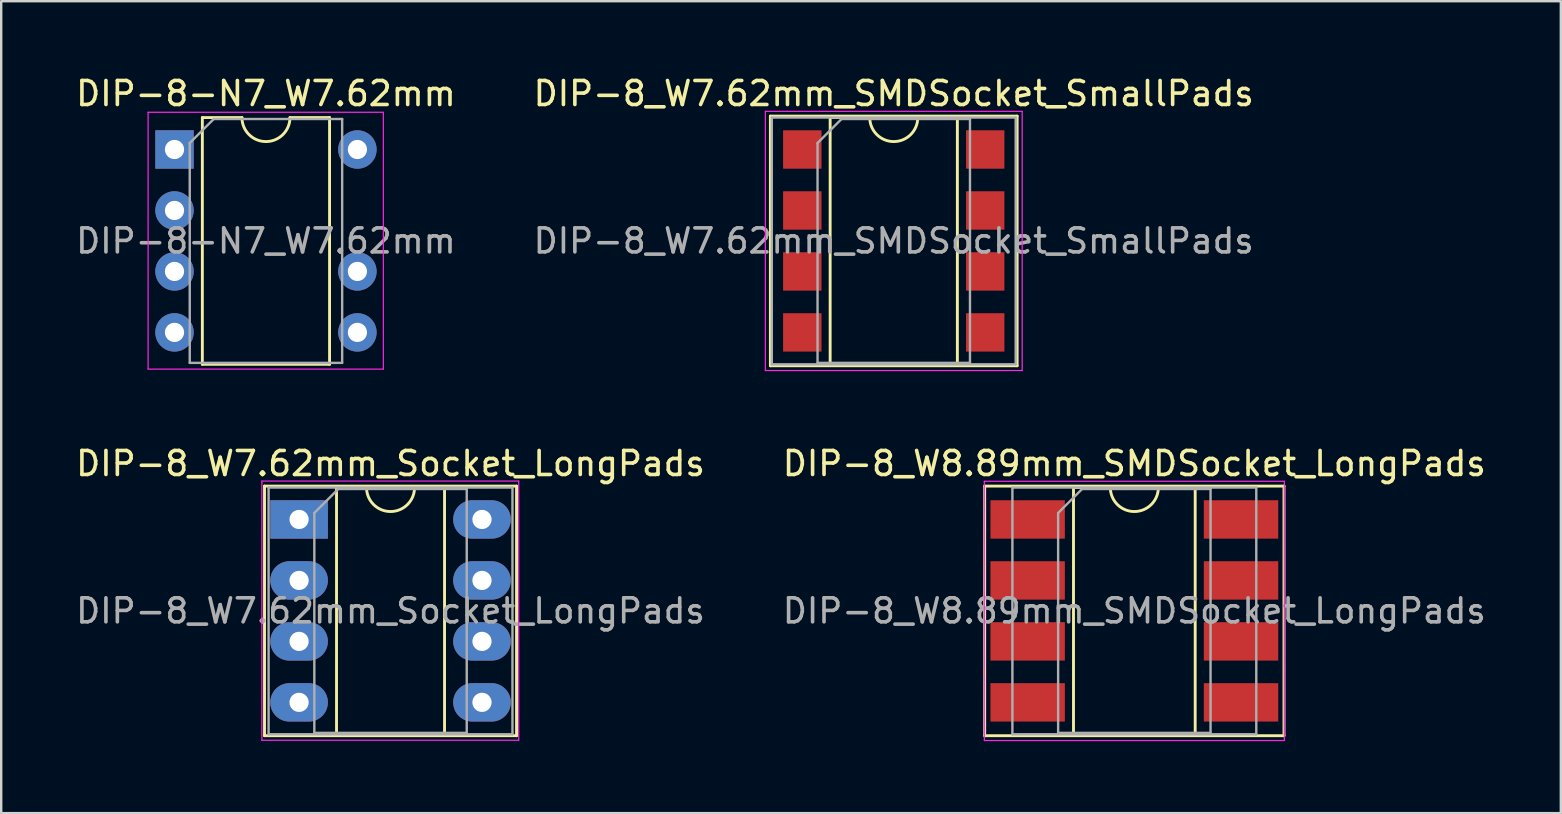
<source format=kicad_pcb>
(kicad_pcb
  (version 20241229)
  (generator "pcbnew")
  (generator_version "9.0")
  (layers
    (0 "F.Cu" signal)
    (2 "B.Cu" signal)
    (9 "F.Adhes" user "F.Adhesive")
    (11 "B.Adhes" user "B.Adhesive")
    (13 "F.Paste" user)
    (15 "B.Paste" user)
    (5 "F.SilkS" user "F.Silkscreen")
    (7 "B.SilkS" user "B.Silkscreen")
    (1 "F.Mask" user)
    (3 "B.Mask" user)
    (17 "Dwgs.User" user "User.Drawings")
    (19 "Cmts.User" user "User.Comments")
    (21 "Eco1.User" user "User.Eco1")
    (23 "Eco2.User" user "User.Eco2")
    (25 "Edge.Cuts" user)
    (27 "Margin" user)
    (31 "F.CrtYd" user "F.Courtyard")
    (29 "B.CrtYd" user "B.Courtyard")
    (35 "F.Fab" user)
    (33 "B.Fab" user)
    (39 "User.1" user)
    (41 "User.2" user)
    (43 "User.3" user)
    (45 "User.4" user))
  (footprint "DIP-8_W7.62mm_SMDSocket_SmallPads"
    (layer "F.Cu")
    (at 34.185 6.988)
    (property "Reference" "DIP-8_W7.62mm_SMDSocket_SmallPads" (at 0 -6.14 0) (layer "F.SilkS") (effects (font (size 1 1) (thickness 0.15))))
    (attr smd)
    (fp_line (start -5.14 -5.2) (end -5.14 5.2) (stroke (width 0.12) (type solid)) (layer "F.SilkS"))
    (fp_line (start -5.14 5.2) (end 5.14 5.2) (stroke (width 0.12) (type solid)) (layer "F.SilkS"))
    (fp_line (start -2.65 -5.14) (end -2.65 5.14) (stroke (width 0.12) (type solid)) (layer "F.SilkS"))
    (fp_line (start -2.65 5.14) (end 2.65 5.14) (stroke (width 0.12) (type solid)) (layer "F.SilkS"))
    (fp_line (start -1 -5.14) (end -2.65 -5.14) (stroke (width 0.12) (type solid)) (layer "F.SilkS"))
    (fp_line (start 2.65 -5.14) (end 1 -5.14) (stroke (width 0.12) (type solid)) (layer "F.SilkS"))
    (fp_line (start 2.65 5.14) (end 2.65 -5.14) (stroke (width 0.12) (type solid)) (layer "F.SilkS"))
    (fp_line (start 5.14 -5.2) (end -5.14 -5.2) (stroke (width 0.12) (type solid)) (layer "F.SilkS"))
    (fp_line (start 5.14 5.2) (end 5.14 -5.2) (stroke (width 0.12) (type solid)) (layer "F.SilkS"))
    (fp_arc (start 1 -5.14) (mid 0 -4.14) (end -1 -5.14) (stroke (width 0.12) (type solid)) (layer "F.SilkS"))
    (fp_line (start -5.35 -5.4) (end -5.35 5.4) (stroke (width 0.05) (type solid)) (layer "F.CrtYd"))
    (fp_line (start -5.35 5.4) (end 5.35 5.4) (stroke (width 0.05) (type solid)) (layer "F.CrtYd"))
    (fp_line (start 5.35 -5.4) (end -5.35 -5.4) (stroke (width 0.05) (type solid)) (layer "F.CrtYd"))
    (fp_line (start 5.35 5.4) (end 5.35 -5.4) (stroke (width 0.05) (type solid)) (layer "F.CrtYd"))
    (fp_line (start -5.08 -5.14) (end -5.08 5.14) (stroke (width 0.1) (type solid)) (layer "F.Fab"))
    (fp_line (start -5.08 5.14) (end 5.08 5.14) (stroke (width 0.1) (type solid)) (layer "F.Fab"))
    (fp_line (start -3.175 -4.08) (end -2.175 -5.08) (stroke (width 0.1) (type solid)) (layer "F.Fab"))
    (fp_line (start -3.175 5.08) (end -3.175 -4.08) (stroke (width 0.1) (type solid)) (layer "F.Fab"))
    (fp_line (start -2.175 -5.08) (end 3.175 -5.08) (stroke (width 0.1) (type solid)) (layer "F.Fab"))
    (fp_line (start 3.175 -5.08) (end 3.175 5.08) (stroke (width 0.1) (type solid)) (layer "F.Fab"))
    (fp_line (start 3.175 5.08) (end -3.175 5.08) (stroke (width 0.1) (type solid)) (layer "F.Fab"))
    (fp_line (start 5.08 -5.14) (end -5.08 -5.14) (stroke (width 0.1) (type solid)) (layer "F.Fab"))
    (fp_line (start 5.08 5.14) (end 5.08 -5.14) (stroke (width 0.1) (type solid)) (layer "F.Fab"))
    (fp_text user "${REFERENCE}" (at 0 0 0) (layer "F.Fab") (effects (font (size 1 1) (thickness 0.15))))
    (pad "1" smd rect (at -3.81 -3.81) (size 1.6 1.6) (layers "F.Cu" "F.Mask" "F.Paste"))
    (pad "2" smd rect (at -3.81 -1.27) (size 1.6 1.6) (layers "F.Cu" "F.Mask" "F.Paste"))
    (pad "3" smd rect (at -3.81 1.27) (size 1.6 1.6) (layers "F.Cu" "F.Mask" "F.Paste"))
    (pad "4" smd rect (at -3.81 3.81) (size 1.6 1.6) (layers "F.Cu" "F.Mask" "F.Paste"))
    (pad "5" smd rect (at 3.81 3.81) (size 1.6 1.6) (layers "F.Cu" "F.Mask" "F.Paste"))
    (pad "6" smd rect (at 3.81 1.27) (size 1.6 1.6) (layers "F.Cu" "F.Mask" "F.Paste"))
    (pad "7" smd rect (at 3.81 -1.27) (size 1.6 1.6) (layers "F.Cu" "F.Mask" "F.Paste"))
    (pad "8" smd rect (at 3.81 -3.81) (size 1.6 1.6) (layers "F.Cu" "F.Mask" "F.Paste")))
  (footprint "DIP-8_W8.89mm_SMDSocket_LongPads"
    (layer "F.Cu")
    (at 44.208 22.401)
    (property "Reference" "DIP-8_W8.89mm_SMDSocket_LongPads" (at 0 -6.14 0) (layer "F.SilkS") (effects (font (size 1 1) (thickness 0.15))))
    (attr smd)
    (fp_line (start -6.235 -5.2) (end -6.235 5.2) (stroke (width 0.12) (type solid)) (layer "F.SilkS"))
    (fp_line (start -6.235 5.2) (end 6.235 5.2) (stroke (width 0.12) (type solid)) (layer "F.SilkS"))
    (fp_line (start -2.535 -5.14) (end -2.535 5.14) (stroke (width 0.12) (type solid)) (layer "F.SilkS"))
    (fp_line (start -2.535 5.14) (end 2.535 5.14) (stroke (width 0.12) (type solid)) (layer "F.SilkS"))
    (fp_line (start -1 -5.14) (end -2.535 -5.14) (stroke (width 0.12) (type solid)) (layer "F.SilkS"))
    (fp_line (start 2.535 -5.14) (end 1 -5.14) (stroke (width 0.12) (type solid)) (layer "F.SilkS"))
    (fp_line (start 2.535 5.14) (end 2.535 -5.14) (stroke (width 0.12) (type solid)) (layer "F.SilkS"))
    (fp_line (start 6.235 -5.2) (end -6.235 -5.2) (stroke (width 0.12) (type solid)) (layer "F.SilkS"))
    (fp_line (start 6.235 5.2) (end 6.235 -5.2) (stroke (width 0.12) (type solid)) (layer "F.SilkS"))
    (fp_arc (start 1 -5.14) (mid 0 -4.14) (end -1 -5.14) (stroke (width 0.12) (type solid)) (layer "F.SilkS"))
    (fp_line (start -6.25 -5.4) (end -6.25 5.4) (stroke (width 0.05) (type solid)) (layer "F.CrtYd"))
    (fp_line (start -6.25 5.4) (end 6.25 5.4) (stroke (width 0.05) (type solid)) (layer "F.CrtYd"))
    (fp_line (start 6.25 -5.4) (end -6.25 -5.4) (stroke (width 0.05) (type solid)) (layer "F.CrtYd"))
    (fp_line (start 6.25 5.4) (end 6.25 -5.4) (stroke (width 0.05) (type solid)) (layer "F.CrtYd"))
    (fp_line (start -5.08 -5.14) (end -5.08 5.14) (stroke (width 0.1) (type solid)) (layer "F.Fab"))
    (fp_line (start -5.08 5.14) (end 5.08 5.14) (stroke (width 0.1) (type solid)) (layer "F.Fab"))
    (fp_line (start -3.175 -4.08) (end -2.175 -5.08) (stroke (width 0.1) (type solid)) (layer "F.Fab"))
    (fp_line (start -3.175 5.08) (end -3.175 -4.08) (stroke (width 0.1) (type solid)) (layer "F.Fab"))
    (fp_line (start -2.175 -5.08) (end 3.175 -5.08) (stroke (width 0.1) (type solid)) (layer "F.Fab"))
    (fp_line (start 3.175 -5.08) (end 3.175 5.08) (stroke (width 0.1) (type solid)) (layer "F.Fab"))
    (fp_line (start 3.175 5.08) (end -3.175 5.08) (stroke (width 0.1) (type solid)) (layer "F.Fab"))
    (fp_line (start 5.08 -5.14) (end -5.08 -5.14) (stroke (width 0.1) (type solid)) (layer "F.Fab"))
    (fp_line (start 5.08 5.14) (end 5.08 -5.14) (stroke (width 0.1) (type solid)) (layer "F.Fab"))
    (fp_text user "${REFERENCE}" (at 0 0 0) (layer "F.Fab") (effects (font (size 1 1) (thickness 0.15))))
    (pad "1" smd rect (at -4.445 -3.81) (size 3.1 1.6) (layers "F.Cu" "F.Mask" "F.Paste"))
    (pad "2" smd rect (at -4.445 -1.27) (size 3.1 1.6) (layers "F.Cu" "F.Mask" "F.Paste"))
    (pad "3" smd rect (at -4.445 1.27) (size 3.1 1.6) (layers "F.Cu" "F.Mask" "F.Paste"))
    (pad "4" smd rect (at -4.445 3.81) (size 3.1 1.6) (layers "F.Cu" "F.Mask" "F.Paste"))
    (pad "5" smd rect (at 4.445 3.81) (size 3.1 1.6) (layers "F.Cu" "F.Mask" "F.Paste"))
    (pad "6" smd rect (at 4.445 1.27) (size 3.1 1.6) (layers "F.Cu" "F.Mask" "F.Paste"))
    (pad "7" smd rect (at 4.445 -1.27) (size 3.1 1.6) (layers "F.Cu" "F.Mask" "F.Paste"))
    (pad "8" smd rect (at 4.445 -3.81) (size 3.1 1.6) (layers "F.Cu" "F.Mask" "F.Paste")))
  (footprint "DIP-8-N7_W7.62mm"
    (layer "F.Cu")
    (at 4.22 3.178)
    (property "Reference" "DIP-8-N7_W7.62mm" (at 3.81 -2.33 0) (layer "F.SilkS") (effects (font (size 1 1) (thickness 0.15))))
    (attr through_hole)
    (fp_line (start 1.16 -1.33) (end 1.16 8.95) (stroke (width 0.12) (type solid)) (layer "F.SilkS"))
    (fp_line (start 1.16 8.95) (end 6.46 8.95) (stroke (width 0.12) (type solid)) (layer "F.SilkS"))
    (fp_line (start 2.81 -1.33) (end 1.16 -1.33) (stroke (width 0.12) (type solid)) (layer "F.SilkS"))
    (fp_line (start 6.46 -1.33) (end 4.81 -1.33) (stroke (width 0.12) (type solid)) (layer "F.SilkS"))
    (fp_line (start 6.46 8.95) (end 6.46 -1.33) (stroke (width 0.12) (type solid)) (layer "F.SilkS"))
    (fp_arc (start 4.81 -1.33) (mid 3.81 -0.33) (end 2.81 -1.33) (stroke (width 0.12) (type solid)) (layer "F.SilkS"))
    (fp_line (start -1.1 -1.55) (end -1.1 9.15) (stroke (width 0.05) (type solid)) (layer "F.CrtYd"))
    (fp_line (start -1.1 9.15) (end 8.7 9.15) (stroke (width 0.05) (type solid)) (layer "F.CrtYd"))
    (fp_line (start 8.7 -1.55) (end -1.1 -1.55) (stroke (width 0.05) (type solid)) (layer "F.CrtYd"))
    (fp_line (start 8.7 9.15) (end 8.7 -1.55) (stroke (width 0.05) (type solid)) (layer "F.CrtYd"))
    (fp_line (start 0.635 -0.27) (end 1.635 -1.27) (stroke (width 0.1) (type solid)) (layer "F.Fab"))
    (fp_line (start 0.635 8.89) (end 0.635 -0.27) (stroke (width 0.1) (type solid)) (layer "F.Fab"))
    (fp_line (start 1.635 -1.27) (end 6.985 -1.27) (stroke (width 0.1) (type solid)) (layer "F.Fab"))
    (fp_line (start 6.985 -1.27) (end 6.985 8.89) (stroke (width 0.1) (type solid)) (layer "F.Fab"))
    (fp_line (start 6.985 8.89) (end 0.635 8.89) (stroke (width 0.1) (type solid)) (layer "F.Fab"))
    (fp_text user "${REFERENCE}" (at 3.81 3.81 0) (layer "F.Fab") (effects (font (size 1 1) (thickness 0.15))))
    (pad "1" thru_hole rect (at 0 0) (size 1.6 1.6) (drill 0.8) (layers "*.Cu" "*.Mask"))
    (pad "2" thru_hole oval (at 0 2.54) (size 1.6 1.6) (drill 0.8) (layers "*.Cu" "*.Mask"))
    (pad "3" thru_hole oval (at 0 5.08) (size 1.6 1.6) (drill 0.8) (layers "*.Cu" "*.Mask"))
    (pad "4" thru_hole oval (at 0 7.62) (size 1.6 1.6) (drill 0.8) (layers "*.Cu" "*.Mask"))
    (pad "5" thru_hole oval (at 7.62 7.62) (size 1.6 1.6) (drill 0.8) (layers "*.Cu" "*.Mask"))
    (pad "6" thru_hole oval (at 7.62 5.08) (size 1.6 1.6) (drill 0.8) (layers "*.Cu" "*.Mask"))
    (pad "8" thru_hole oval (at 7.62 0) (size 1.6 1.6) (drill 0.8) (layers "*.Cu" "*.Mask")))
  (footprint "DIP-8_W7.62mm_Socket_LongPads"
    (layer "F.Cu")
    (at 9.41 18.591)
    (property "Reference" "DIP-8_W7.62mm_Socket_LongPads" (at 3.81 -2.33 0) (layer "F.SilkS") (effects (font (size 1 1) (thickness 0.15))))
    (attr through_hole)
    (fp_line (start -1.44 -1.39) (end -1.44 9.01) (stroke (width 0.12) (type solid)) (layer "F.SilkS"))
    (fp_line (start -1.44 9.01) (end 9.06 9.01) (stroke (width 0.12) (type solid)) (layer "F.SilkS"))
    (fp_line (start 1.56 -1.33) (end 1.56 8.95) (stroke (width 0.12) (type solid)) (layer "F.SilkS"))
    (fp_line (start 1.56 8.95) (end 6.06 8.95) (stroke (width 0.12) (type solid)) (layer "F.SilkS"))
    (fp_line (start 2.81 -1.33) (end 1.56 -1.33) (stroke (width 0.12) (type solid)) (layer "F.SilkS"))
    (fp_line (start 6.06 -1.33) (end 4.81 -1.33) (stroke (width 0.12) (type solid)) (layer "F.SilkS"))
    (fp_line (start 6.06 8.95) (end 6.06 -1.33) (stroke (width 0.12) (type solid)) (layer "F.SilkS"))
    (fp_line (start 9.06 -1.39) (end -1.44 -1.39) (stroke (width 0.12) (type solid)) (layer "F.SilkS"))
    (fp_line (start 9.06 9.01) (end 9.06 -1.39) (stroke (width 0.12) (type solid)) (layer "F.SilkS"))
    (fp_arc (start 4.81 -1.33) (mid 3.81 -0.33) (end 2.81 -1.33) (stroke (width 0.12) (type solid)) (layer "F.SilkS"))
    (fp_line (start -1.55 -1.6) (end -1.55 9.2) (stroke (width 0.05) (type solid)) (layer "F.CrtYd"))
    (fp_line (start -1.55 9.2) (end 9.15 9.2) (stroke (width 0.05) (type solid)) (layer "F.CrtYd"))
    (fp_line (start 9.15 -1.6) (end -1.55 -1.6) (stroke (width 0.05) (type solid)) (layer "F.CrtYd"))
    (fp_line (start 9.15 9.2) (end 9.15 -1.6) (stroke (width 0.05) (type solid)) (layer "F.CrtYd"))
    (fp_line (start -1.27 -1.33) (end -1.27 8.95) (stroke (width 0.1) (type solid)) (layer "F.Fab"))
    (fp_line (start -1.27 8.95) (end 8.89 8.95) (stroke (width 0.1) (type solid)) (layer "F.Fab"))
    (fp_line (start 0.635 -0.27) (end 1.635 -1.27) (stroke (width 0.1) (type solid)) (layer "F.Fab"))
    (fp_line (start 0.635 8.89) (end 0.635 -0.27) (stroke (width 0.1) (type solid)) (layer "F.Fab"))
    (fp_line (start 1.635 -1.27) (end 6.985 -1.27) (stroke (width 0.1) (type solid)) (layer "F.Fab"))
    (fp_line (start 6.985 -1.27) (end 6.985 8.89) (stroke (width 0.1) (type solid)) (layer "F.Fab"))
    (fp_line (start 6.985 8.89) (end 0.635 8.89) (stroke (width 0.1) (type solid)) (layer "F.Fab"))
    (fp_line (start 8.89 -1.33) (end -1.27 -1.33) (stroke (width 0.1) (type solid)) (layer "F.Fab"))
    (fp_line (start 8.89 8.95) (end 8.89 -1.33) (stroke (width 0.1) (type solid)) (layer "F.Fab"))
    (fp_text user "${REFERENCE}" (at 3.81 3.81 0) (layer "F.Fab") (effects (font (size 1 1) (thickness 0.15))))
    (pad "1" thru_hole rect (at 0 0) (size 2.4 1.6) (drill 0.8) (layers "*.Cu" "*.Mask"))
    (pad "2" thru_hole oval (at 0 2.54) (size 2.4 1.6) (drill 0.8) (layers "*.Cu" "*.Mask"))
    (pad "3" thru_hole oval (at 0 5.08) (size 2.4 1.6) (drill 0.8) (layers "*.Cu" "*.Mask"))
    (pad "4" thru_hole oval (at 0 7.62) (size 2.4 1.6) (drill 0.8) (layers "*.Cu" "*.Mask"))
    (pad "5" thru_hole oval (at 7.62 7.62) (size 2.4 1.6) (drill 0.8) (layers "*.Cu" "*.Mask"))
    (pad "6" thru_hole oval (at 7.62 5.08) (size 2.4 1.6) (drill 0.8) (layers "*.Cu" "*.Mask"))
    (pad "7" thru_hole oval (at 7.62 2.54) (size 2.4 1.6) (drill 0.8) (layers "*.Cu" "*.Mask"))
    (pad "8" thru_hole oval (at 7.62 0) (size 2.4 1.6) (drill 0.8) (layers "*.Cu" "*.Mask")))
  (gr_rect
    (start -3 -3)
    (end 61.976 30.826)
    (stroke (width 0.1) (type default))
    (fill no)
    (layer "Edge.Cuts")))
</source>
